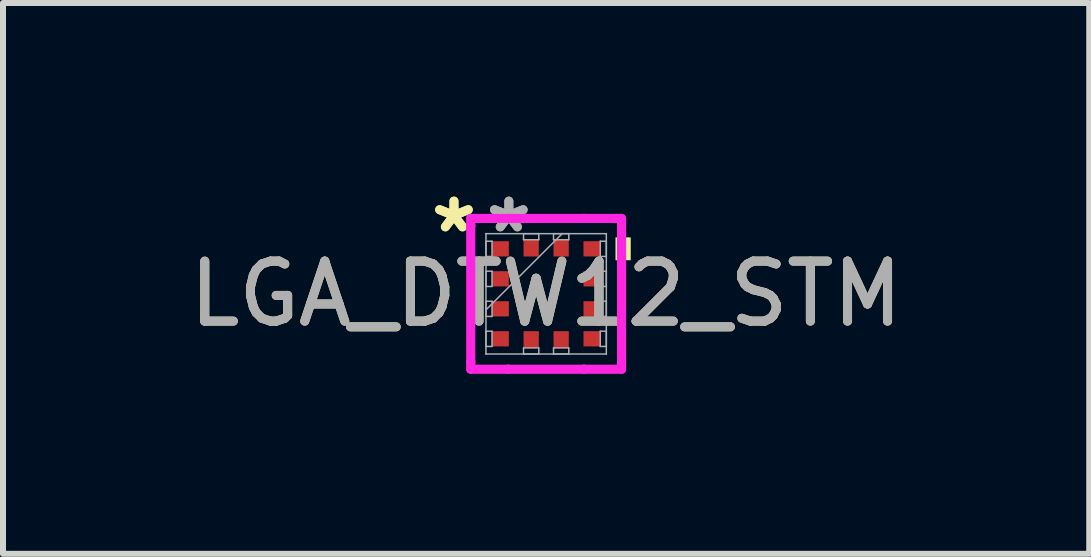
<source format=kicad_pcb>
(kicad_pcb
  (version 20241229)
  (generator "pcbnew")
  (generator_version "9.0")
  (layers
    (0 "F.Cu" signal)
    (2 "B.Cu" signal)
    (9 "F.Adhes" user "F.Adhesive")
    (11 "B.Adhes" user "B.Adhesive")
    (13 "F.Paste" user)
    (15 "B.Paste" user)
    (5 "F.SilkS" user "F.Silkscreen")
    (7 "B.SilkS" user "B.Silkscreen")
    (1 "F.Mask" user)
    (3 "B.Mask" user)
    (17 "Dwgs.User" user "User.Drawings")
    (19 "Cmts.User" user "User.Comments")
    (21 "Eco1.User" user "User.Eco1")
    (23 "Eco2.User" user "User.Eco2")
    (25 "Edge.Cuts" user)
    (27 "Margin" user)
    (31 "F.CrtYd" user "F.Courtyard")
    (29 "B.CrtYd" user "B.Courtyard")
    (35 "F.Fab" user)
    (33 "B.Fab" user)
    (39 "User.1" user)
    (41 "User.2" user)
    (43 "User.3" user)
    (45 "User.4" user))
  (footprint "LGA_DTW12_STM"
    (layer "F.Cu")
    (at 6.054 1.848)
    (property "Reference" "LGA_DTW12_STM" (at 0 0 0) (unlocked yes) (layer "F.SilkS") (effects (font (size 1 1) (thickness 0.15))))
    (attr smd)
    (fp_poly (pts (xy 1.41 -0.941) (xy 1.41 -0.56) (xy 1.156 -0.56) (xy 1.156 -0.941)) (stroke (width 0) (type solid)) (fill yes) (layer "F.SilkS"))
    (fp_line (start -1.257 -1.257) (end -0.631 -1.257) (stroke (width 0.152) (type solid)) (layer "F.CrtYd"))
    (fp_line (start -1.257 -1.131) (end -1.257 -1.257) (stroke (width 0.152) (type solid)) (layer "F.CrtYd"))
    (fp_line (start -1.257 -1.131) (end -1.257 -1.131) (stroke (width 0.152) (type solid)) (layer "F.CrtYd"))
    (fp_line (start -1.257 1.131) (end -1.257 -1.131) (stroke (width 0.152) (type solid)) (layer "F.CrtYd"))
    (fp_line (start -1.257 1.131) (end -1.257 1.131) (stroke (width 0.152) (type solid)) (layer "F.CrtYd"))
    (fp_line (start -1.257 1.257) (end -1.257 1.131) (stroke (width 0.152) (type solid)) (layer "F.CrtYd"))
    (fp_line (start -0.631 -1.257) (end -0.631 -1.257) (stroke (width 0.152) (type solid)) (layer "F.CrtYd"))
    (fp_line (start -0.631 -1.257) (end 0.631 -1.257) (stroke (width 0.152) (type solid)) (layer "F.CrtYd"))
    (fp_line (start -0.631 1.257) (end -1.257 1.257) (stroke (width 0.152) (type solid)) (layer "F.CrtYd"))
    (fp_line (start -0.631 1.257) (end -0.631 1.257) (stroke (width 0.152) (type solid)) (layer "F.CrtYd"))
    (fp_line (start 0.631 -1.257) (end 0.631 -1.257) (stroke (width 0.152) (type solid)) (layer "F.CrtYd"))
    (fp_line (start 0.631 -1.257) (end 1.257 -1.257) (stroke (width 0.152) (type solid)) (layer "F.CrtYd"))
    (fp_line (start 0.631 1.257) (end -0.631 1.257) (stroke (width 0.152) (type solid)) (layer "F.CrtYd"))
    (fp_line (start 0.631 1.257) (end 0.631 1.257) (stroke (width 0.152) (type solid)) (layer "F.CrtYd"))
    (fp_line (start 1.257 -1.257) (end 1.257 -1.131) (stroke (width 0.152) (type solid)) (layer "F.CrtYd"))
    (fp_line (start 1.257 -1.131) (end 1.257 -1.131) (stroke (width 0.152) (type solid)) (layer "F.CrtYd"))
    (fp_line (start 1.257 -1.131) (end 1.257 1.131) (stroke (width 0.152) (type solid)) (layer "F.CrtYd"))
    (fp_line (start 1.257 1.131) (end 1.257 1.131) (stroke (width 0.152) (type solid)) (layer "F.CrtYd"))
    (fp_line (start 1.257 1.131) (end 1.257 1.257) (stroke (width 0.152) (type solid)) (layer "F.CrtYd"))
    (fp_line (start 1.257 1.257) (end 0.631 1.257) (stroke (width 0.152) (type solid)) (layer "F.CrtYd"))
    (fp_line (start -1.003 -1.003) (end -1.003 -1.003) (stroke (width 0.025) (type solid)) (layer "F.Fab"))
    (fp_line (start -1.003 -1.003) (end -1.003 1.003) (stroke (width 0.025) (type solid)) (layer "F.Fab"))
    (fp_line (start -1.003 -0.877) (end -0.902 -0.877) (stroke (width 0.025) (type solid)) (layer "F.Fab"))
    (fp_line (start -1.003 -0.623) (end -1.003 -0.877) (stroke (width 0.025) (type solid)) (layer "F.Fab"))
    (fp_line (start -1.003 -0.377) (end -0.902 -0.377) (stroke (width 0.025) (type solid)) (layer "F.Fab"))
    (fp_line (start -1.003 -0.123) (end -1.003 -0.377) (stroke (width 0.025) (type solid)) (layer "F.Fab"))
    (fp_line (start -1.003 0.123) (end -0.902 0.123) (stroke (width 0.025) (type solid)) (layer "F.Fab"))
    (fp_line (start -1.003 0.267) (end 0.267 -1.003) (stroke (width 0.025) (type solid)) (layer "F.Fab"))
    (fp_line (start -1.003 0.377) (end -1.003 0.123) (stroke (width 0.025) (type solid)) (layer "F.Fab"))
    (fp_line (start -1.003 0.623) (end -0.902 0.623) (stroke (width 0.025) (type solid)) (layer "F.Fab"))
    (fp_line (start -1.003 0.877) (end -1.003 0.623) (stroke (width 0.025) (type solid)) (layer "F.Fab"))
    (fp_line (start -1.003 1.003) (end -1.003 1.003) (stroke (width 0.025) (type solid)) (layer "F.Fab"))
    (fp_line (start -1.003 1.003) (end 1.003 1.003) (stroke (width 0.025) (type solid)) (layer "F.Fab"))
    (fp_line (start -0.902 -0.877) (end -0.902 -0.623) (stroke (width 0.025) (type solid)) (layer "F.Fab"))
    (fp_line (start -0.902 -0.623) (end -1.003 -0.623) (stroke (width 0.025) (type solid)) (layer "F.Fab"))
    (fp_line (start -0.902 -0.377) (end -0.902 -0.123) (stroke (width 0.025) (type solid)) (layer "F.Fab"))
    (fp_line (start -0.902 -0.123) (end -1.003 -0.123) (stroke (width 0.025) (type solid)) (layer "F.Fab"))
    (fp_line (start -0.902 0.123) (end -0.902 0.377) (stroke (width 0.025) (type solid)) (layer "F.Fab"))
    (fp_line (start -0.902 0.377) (end -1.003 0.377) (stroke (width 0.025) (type solid)) (layer "F.Fab"))
    (fp_line (start -0.902 0.623) (end -0.902 0.877) (stroke (width 0.025) (type solid)) (layer "F.Fab"))
    (fp_line (start -0.902 0.877) (end -1.003 0.877) (stroke (width 0.025) (type solid)) (layer "F.Fab"))
    (fp_line (start -0.377 -1.003) (end -0.123 -1.003) (stroke (width 0.025) (type solid)) (layer "F.Fab"))
    (fp_line (start -0.377 -0.902) (end -0.377 -1.003) (stroke (width 0.025) (type solid)) (layer "F.Fab"))
    (fp_line (start -0.377 0.902) (end -0.123 0.902) (stroke (width 0.025) (type solid)) (layer "F.Fab"))
    (fp_line (start -0.377 1.003) (end -0.377 0.902) (stroke (width 0.025) (type solid)) (layer "F.Fab"))
    (fp_line (start -0.123 -1.003) (end -0.123 -0.902) (stroke (width 0.025) (type solid)) (layer "F.Fab"))
    (fp_line (start -0.123 -0.902) (end -0.377 -0.902) (stroke (width 0.025) (type solid)) (layer "F.Fab"))
    (fp_line (start -0.123 0.902) (end -0.123 1.003) (stroke (width 0.025) (type solid)) (layer "F.Fab"))
    (fp_line (start -0.123 1.003) (end -0.377 1.003) (stroke (width 0.025) (type solid)) (layer "F.Fab"))
    (fp_line (start 0.123 -1.003) (end 0.377 -1.003) (stroke (width 0.025) (type solid)) (layer "F.Fab"))
    (fp_line (start 0.123 -0.902) (end 0.123 -1.003) (stroke (width 0.025) (type solid)) (layer "F.Fab"))
    (fp_line (start 0.123 0.902) (end 0.377 0.902) (stroke (width 0.025) (type solid)) (layer "F.Fab"))
    (fp_line (start 0.123 1.003) (end 0.123 0.902) (stroke (width 0.025) (type solid)) (layer "F.Fab"))
    (fp_line (start 0.377 -1.003) (end 0.377 -0.902) (stroke (width 0.025) (type solid)) (layer "F.Fab"))
    (fp_line (start 0.377 -0.902) (end 0.123 -0.902) (stroke (width 0.025) (type solid)) (layer "F.Fab"))
    (fp_line (start 0.377 0.902) (end 0.377 1.003) (stroke (width 0.025) (type solid)) (layer "F.Fab"))
    (fp_line (start 0.377 1.003) (end 0.123 1.003) (stroke (width 0.025) (type solid)) (layer "F.Fab"))
    (fp_line (start 0.902 -0.877) (end 1.003 -0.877) (stroke (width 0.025) (type solid)) (layer "F.Fab"))
    (fp_line (start 0.902 -0.623) (end 0.902 -0.877) (stroke (width 0.025) (type solid)) (layer "F.Fab"))
    (fp_line (start 0.902 -0.377) (end 1.003 -0.377) (stroke (width 0.025) (type solid)) (layer "F.Fab"))
    (fp_line (start 0.902 -0.123) (end 0.902 -0.377) (stroke (width 0.025) (type solid)) (layer "F.Fab"))
    (fp_line (start 0.902 0.123) (end 1.003 0.123) (stroke (width 0.025) (type solid)) (layer "F.Fab"))
    (fp_line (start 0.902 0.377) (end 0.902 0.123) (stroke (width 0.025) (type solid)) (layer "F.Fab"))
    (fp_line (start 0.902 0.623) (end 1.003 0.623) (stroke (width 0.025) (type solid)) (layer "F.Fab"))
    (fp_line (start 0.902 0.877) (end 0.902 0.623) (stroke (width 0.025) (type solid)) (layer "F.Fab"))
    (fp_line (start 1.003 -1.003) (end -1.003 -1.003) (stroke (width 0.025) (type solid)) (layer "F.Fab"))
    (fp_line (start 1.003 -1.003) (end 1.003 -1.003) (stroke (width 0.025) (type solid)) (layer "F.Fab"))
    (fp_line (start 1.003 -0.877) (end 1.003 -0.623) (stroke (width 0.025) (type solid)) (layer "F.Fab"))
    (fp_line (start 1.003 -0.623) (end 0.902 -0.623) (stroke (width 0.025) (type solid)) (layer "F.Fab"))
    (fp_line (start 1.003 -0.377) (end 1.003 -0.123) (stroke (width 0.025) (type solid)) (layer "F.Fab"))
    (fp_line (start 1.003 -0.123) (end 0.902 -0.123) (stroke (width 0.025) (type solid)) (layer "F.Fab"))
    (fp_line (start 1.003 0.123) (end 1.003 0.377) (stroke (width 0.025) (type solid)) (layer "F.Fab"))
    (fp_line (start 1.003 0.377) (end 0.902 0.377) (stroke (width 0.025) (type solid)) (layer "F.Fab"))
    (fp_line (start 1.003 0.623) (end 1.003 0.877) (stroke (width 0.025) (type solid)) (layer "F.Fab"))
    (fp_line (start 1.003 0.877) (end 0.902 0.877) (stroke (width 0.025) (type solid)) (layer "F.Fab"))
    (fp_line (start 1.003 1.003) (end 1.003 -1.003) (stroke (width 0.025) (type solid)) (layer "F.Fab"))
    (fp_line (start 1.003 1.003) (end 1.003 1.003) (stroke (width 0.025) (type solid)) (layer "F.Fab"))
    (fp_text user "*" (at -1.537 -1 0) (layer "F.SilkS") (effects (font (size 1 1) (thickness 0.15))))
    (fp_text user "*" (at -1.537 -1 0) (unlocked yes) (layer "F.SilkS") (effects (font (size 1 1) (thickness 0.15))))
    (fp_text user "*" (at -0.622 -1 0) (unlocked yes) (layer "F.Fab") (effects (font (size 1 1) (thickness 0.15))))
    (fp_text user "${REFERENCE}" (at 0 0 0) (unlocked yes) (layer "F.Fab") (effects (font (size 1 1) (thickness 0.15))))
    (fp_text user "*" (at -0.622 -1 0) (layer "F.Fab") (effects (font (size 1 1) (thickness 0.15))))
    (pad "1" smd rect (at -0.762 -0.75 90) (size 0.254 0.279) (layers "F.Cu" "F.Mask" "F.Paste"))
    (pad "2" smd rect (at -0.762 -0.25 90) (size 0.254 0.279) (layers "F.Cu" "F.Mask" "F.Paste"))
    (pad "3" smd rect (at -0.762 0.25 90) (size 0.254 0.279) (layers "F.Cu" "F.Mask" "F.Paste"))
    (pad "4" smd rect (at -0.762 0.75 90) (size 0.254 0.279) (layers "F.Cu" "F.Mask" "F.Paste"))
    (pad "5" smd rect (at -0.25 0.762) (size 0.254 0.279) (layers "F.Cu" "F.Mask" "F.Paste"))
    (pad "6" smd rect (at 0.25 0.762) (size 0.254 0.279) (layers "F.Cu" "F.Mask" "F.Paste"))
    (pad "7" smd rect (at 0.762 0.75 90) (size 0.254 0.279) (layers "F.Cu" "F.Mask" "F.Paste"))
    (pad "8" smd rect (at 0.762 0.25 90) (size 0.254 0.279) (layers "F.Cu" "F.Mask" "F.Paste"))
    (pad "9" smd rect (at 0.762 -0.25 90) (size 0.254 0.279) (layers "F.Cu" "F.Mask" "F.Paste"))
    (pad "10" smd rect (at 0.762 -0.75 90) (size 0.254 0.279) (layers "F.Cu" "F.Mask" "F.Paste"))
    (pad "11" smd rect (at 0.25 -0.762) (size 0.254 0.279) (layers "F.Cu" "F.Mask" "F.Paste"))
    (pad "12" smd rect (at -0.25 -0.762) (size 0.254 0.279) (layers "F.Cu" "F.Mask" "F.Paste")))
  (gr_rect
    (start -3 -3)
    (end 15.107 6.182)
    (stroke (width 0.1) (type default))
    (fill no)
    (layer "Edge.Cuts")))
</source>
